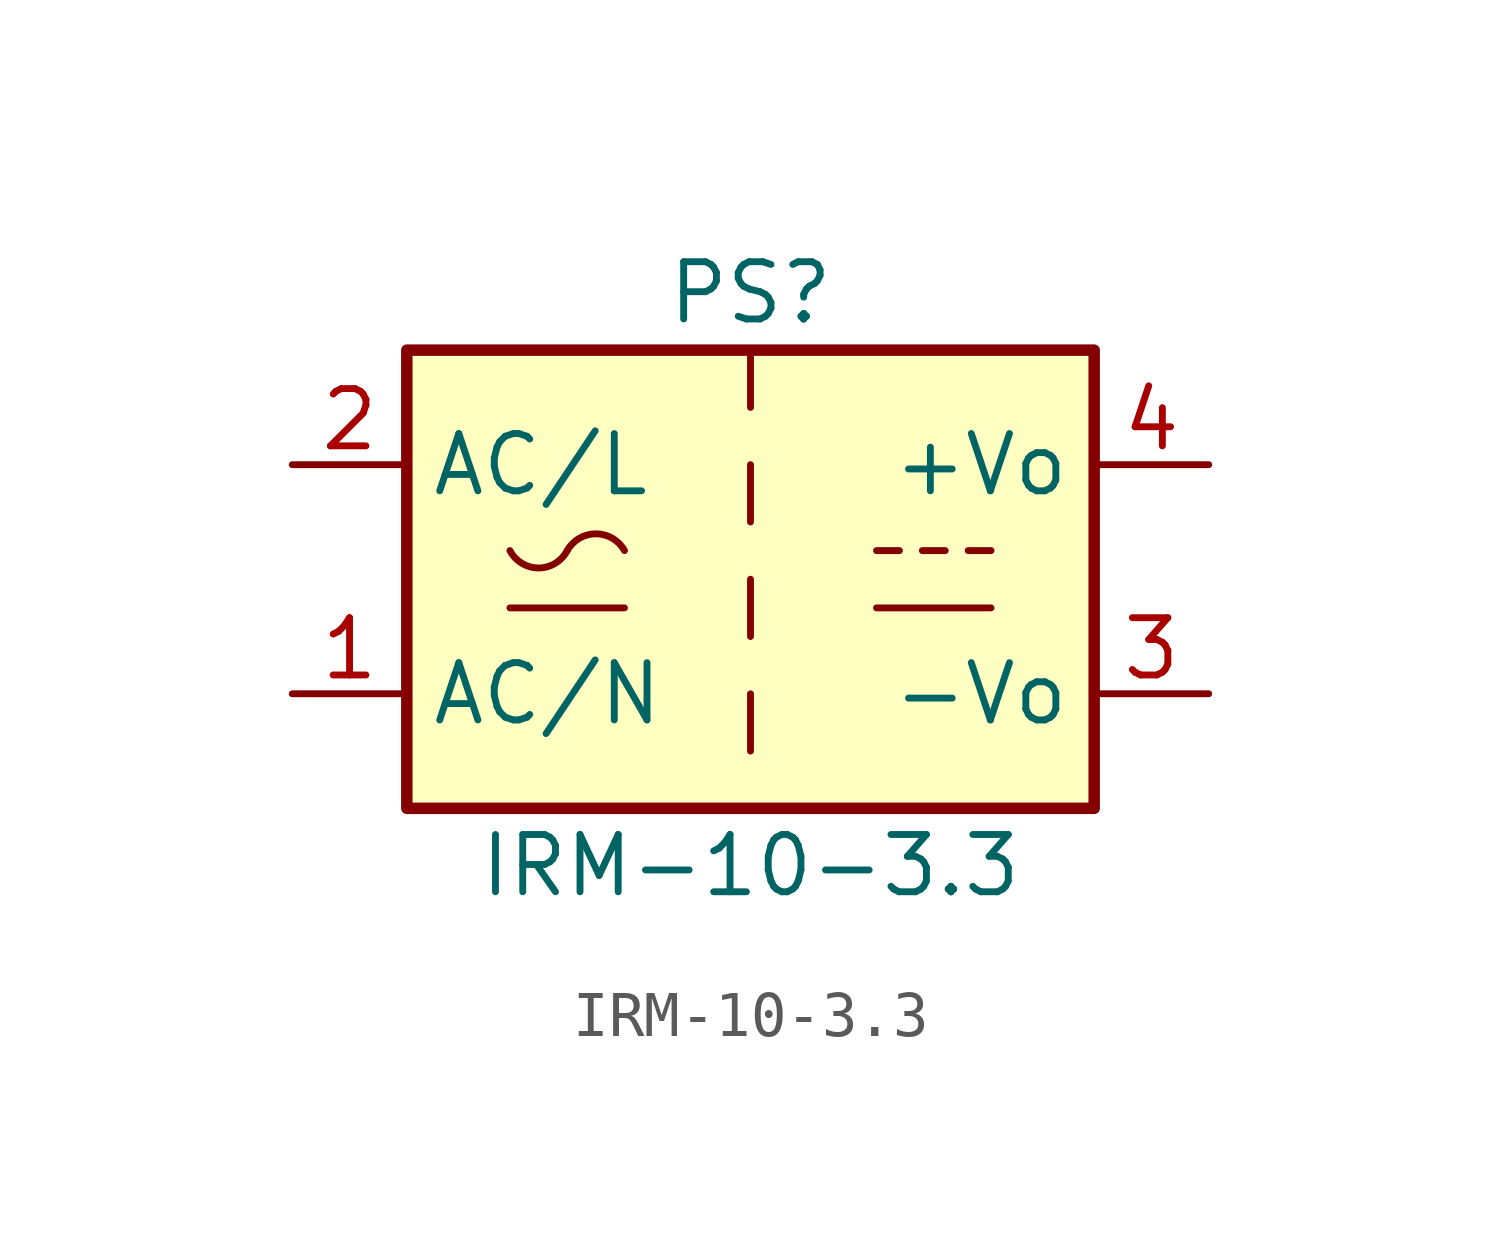
<source format=kicad_sym>
(kicad_symbol_lib
  (version 20211014)
  (generator kicad_symbol_editor)
  (symbol "IRM-10-3.3"
    (property "Reference" "PS"
      (at 0 6.35 0)
      (effects (font (size 1.27 1.27))))
    (property "Value" "IRM-10-3.3"
      (at 0 -6.35 0)
      (effects (font (size 1.27 1.27))))
    (symbol "IRM-10-3.3_0_1"
      (rectangle (start -7.62 5.08) (end 7.62 -5.08) (stroke (width 0.254) (type default) (color 0 0 0 0)) (fill (type background)))
      (arc (start -5.334 0.635) (mid -4.699 0.2495) (end -4.064 0.635) (stroke (width 0) (type default) (color 0 0 0 0)) (fill (type none)))
      (arc (start -2.794 0.635) (mid -3.429 1.0072) (end -4.064 0.635) (stroke (width 0) (type default) (color 0 0 0 0)) (fill (type none)))
      (polyline (pts (xy -5.334 -0.635) (xy -2.794 -0.635)) (stroke (width 0) (type default) (color 0 0 0 0)) (fill (type none)))
      (polyline (pts (xy 0 -2.54) (xy 0 -3.81)) (stroke (width 0) (type default) (color 0 0 0 0)) (fill (type none)))
      (polyline (pts (xy 0 0) (xy 0 -1.27)) (stroke (width 0) (type default) (color 0 0 0 0)) (fill (type none)))
      (polyline (pts (xy 0 2.54) (xy 0 1.27)) (stroke (width 0) (type default) (color 0 0 0 0)) (fill (type none)))
      (polyline (pts (xy 0 5.08) (xy 0 3.81)) (stroke (width 0) (type default) (color 0 0 0 0)) (fill (type none)))
      (polyline (pts (xy 2.794 -0.635) (xy 5.334 -0.635)) (stroke (width 0) (type default) (color 0 0 0 0)) (fill (type none)))
      (polyline (pts (xy 2.794 0.635) (xy 3.302 0.635)) (stroke (width 0) (type default) (color 0 0 0 0)) (fill (type none)))
      (polyline (pts (xy 3.81 0.635) (xy 4.318 0.635)) (stroke (width 0) (type default) (color 0 0 0 0)) (fill (type none)))
      (polyline (pts (xy 4.826 0.635) (xy 5.334 0.635)) (stroke (width 0) (type default) (color 0 0 0 0)) (fill (type none))))
    (symbol "IRM-10-3.3_1_1"
      (pin power_in line (at -10.16 -2.54 0) (length 2.54) (name "AC/N" (effects (font (size 1.27 1.27)))) (number "1" (effects (font (size 1.27 1.27)))))
      (pin power_in line (at -10.16 2.54 0) (length 2.54) (name "AC/L" (effects (font (size 1.27 1.27)))) (number "2" (effects (font (size 1.27 1.27)))))
      (pin power_out line (at 10.16 -2.54 180) (length 2.54) (name "-Vo" (effects (font (size 1.27 1.27)))) (number "3" (effects (font (size 1.27 1.27)))))
      (pin power_out line (at 10.16 2.54 180) (length 2.54) (name "+Vo" (effects (font (size 1.27 1.27)))) (number "4" (effects (font (size 1.27 1.27))))))))
</source>
